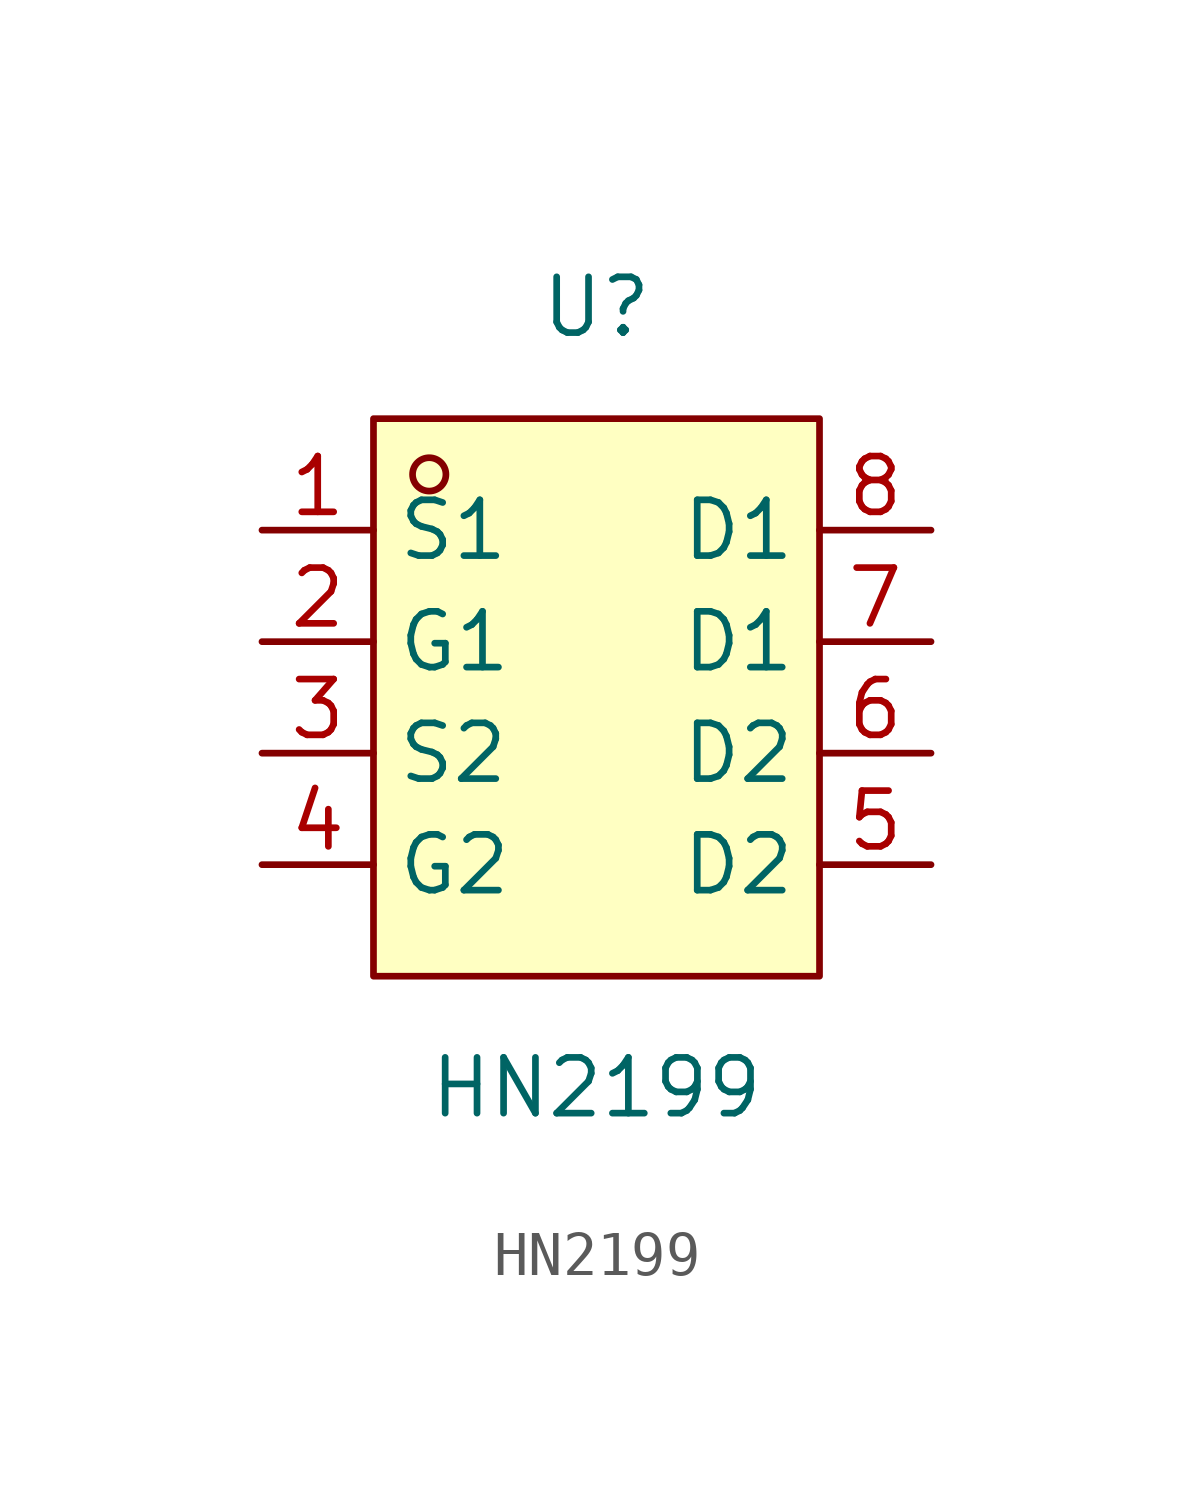
<source format=kicad_sym>
(kicad_symbol_lib
  (version 20211014)
  (generator https://github.com/uPesy/easyeda2kicad.py)
  (symbol "HN2199"
    (property "Reference" "U"
      (at 0 8.89 0)
      (effects (font (size 1.27 1.27))))
    (property "Value" "HN2199"
      (at 0 -8.89 0)
      (effects (font (size 1.27 1.27))))
    (symbol "HN2199_0_1"
      (rectangle (start -5.08 6.35) (end 5.08 -6.35) (stroke (width 0) (type default) (color 0 0 0 0)) (fill (type background)))
      (circle (center -3.81 5.08) (radius 0.38) (stroke (width 0) (type default) (color 0 0 0 0)) (fill (type none)))
      (pin unspecified line (at -7.62 3.81 0) (length 2.54) (name "S1" (effects (font (size 1.27 1.27)))) (number "1" (effects (font (size 1.27 1.27)))))
      (pin unspecified line (at -7.62 1.27 0) (length 2.54) (name "G1" (effects (font (size 1.27 1.27)))) (number "2" (effects (font (size 1.27 1.27)))))
      (pin unspecified line (at -7.62 -1.27 0) (length 2.54) (name "S2" (effects (font (size 1.27 1.27)))) (number "3" (effects (font (size 1.27 1.27)))))
      (pin unspecified line (at -7.62 -3.81 0) (length 2.54) (name "G2" (effects (font (size 1.27 1.27)))) (number "4" (effects (font (size 1.27 1.27)))))
      (pin unspecified line (at 7.62 -3.81 180) (length 2.54) (name "D2" (effects (font (size 1.27 1.27)))) (number "5" (effects (font (size 1.27 1.27)))))
      (pin unspecified line (at 7.62 -1.27 180) (length 2.54) (name "D2" (effects (font (size 1.27 1.27)))) (number "6" (effects (font (size 1.27 1.27)))))
      (pin unspecified line (at 7.62 1.27 180) (length 2.54) (name "D1" (effects (font (size 1.27 1.27)))) (number "7" (effects (font (size 1.27 1.27)))))
      (pin unspecified line (at 7.62 3.81 180) (length 2.54) (name "D1" (effects (font (size 1.27 1.27)))) (number "8" (effects (font (size 1.27 1.27))))))))
</source>
